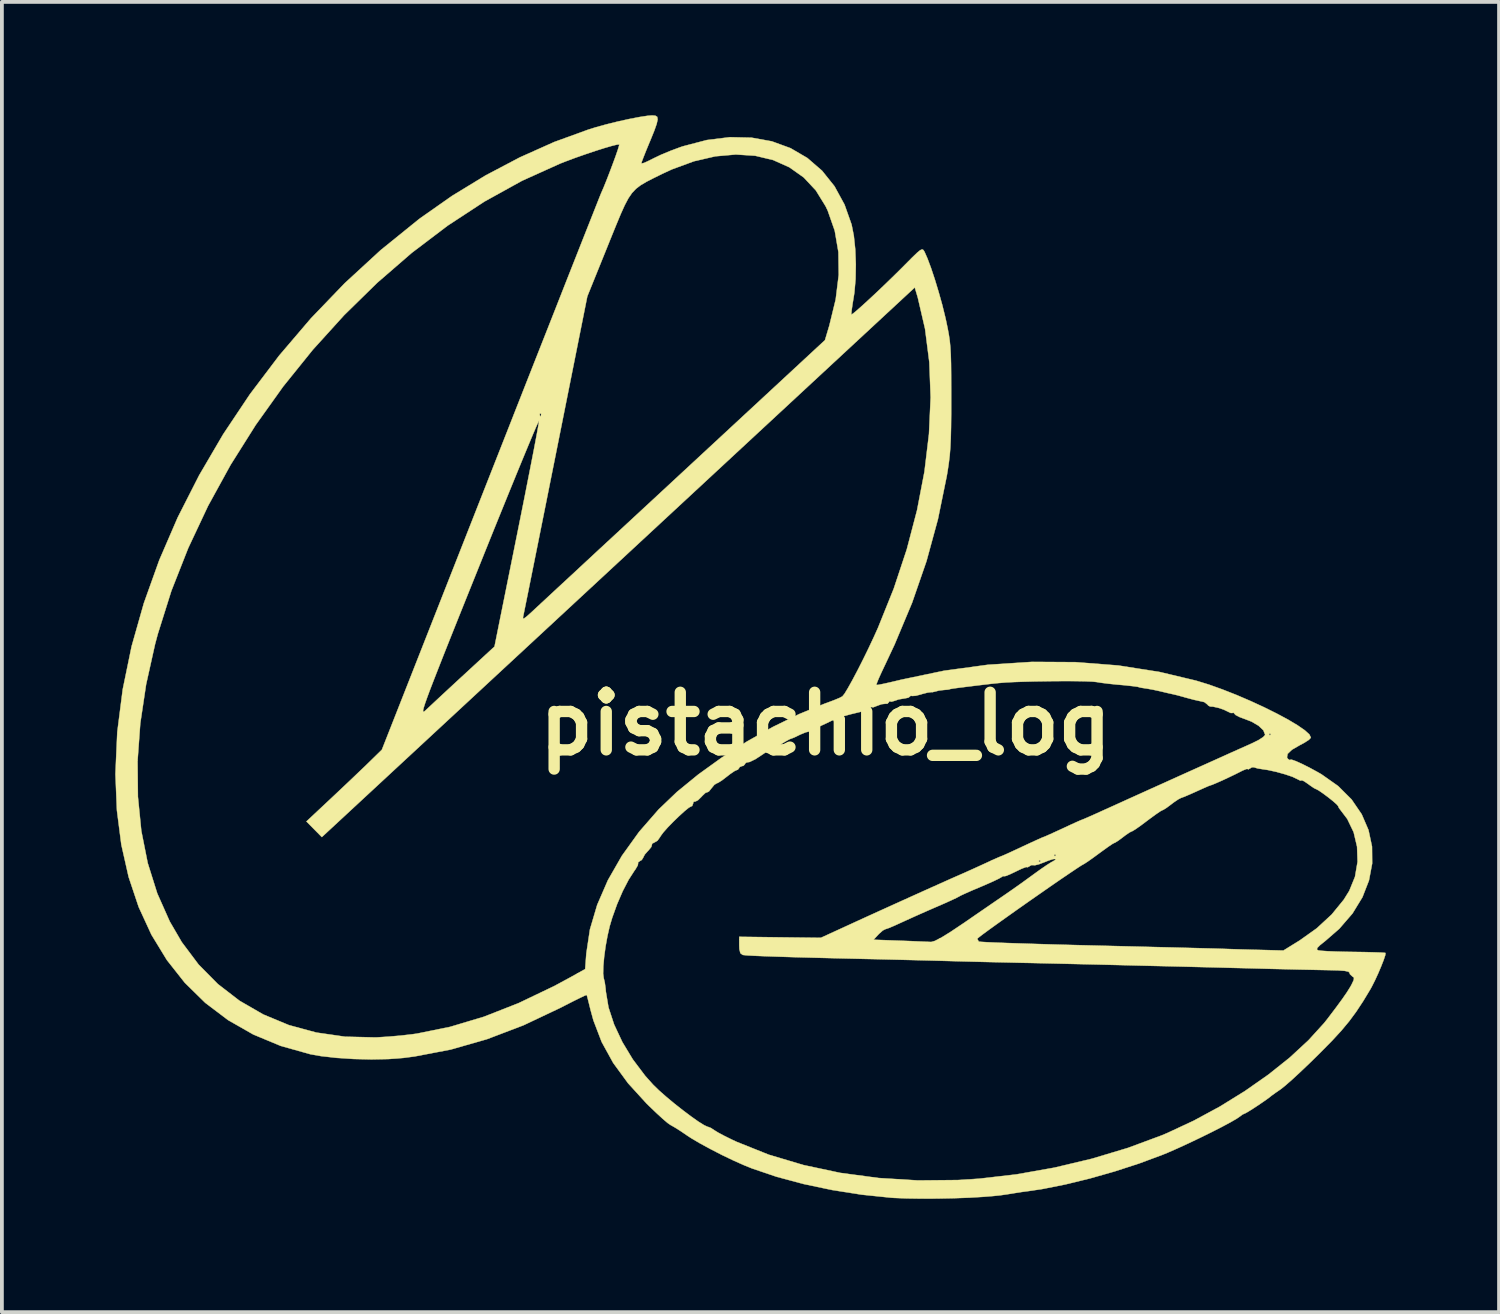
<source format=kicad_pcb>
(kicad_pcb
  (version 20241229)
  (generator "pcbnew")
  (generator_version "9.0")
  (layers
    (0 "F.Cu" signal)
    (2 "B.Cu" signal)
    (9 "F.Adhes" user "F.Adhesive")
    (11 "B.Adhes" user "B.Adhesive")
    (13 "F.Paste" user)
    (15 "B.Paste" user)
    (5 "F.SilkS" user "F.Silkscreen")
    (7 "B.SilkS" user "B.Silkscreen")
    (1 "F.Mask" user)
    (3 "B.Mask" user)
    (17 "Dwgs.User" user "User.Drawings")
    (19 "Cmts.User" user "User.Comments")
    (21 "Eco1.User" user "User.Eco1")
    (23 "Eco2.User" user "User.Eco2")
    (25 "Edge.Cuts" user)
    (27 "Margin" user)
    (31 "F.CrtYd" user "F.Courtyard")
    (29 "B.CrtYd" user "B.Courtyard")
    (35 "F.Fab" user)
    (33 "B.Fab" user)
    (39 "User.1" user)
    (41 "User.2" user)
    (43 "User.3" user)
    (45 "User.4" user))
  (footprint "pistachio_log"
    (layer "F.Cu")
    (at 18.801 16.107)
    (property "Reference" "pistachio_log" (at 0 0 0) (layer "F.SilkS") (effects (font (size 1.524 1.524) (thickness 0.3))))
    (attr through_hole)
    (fp_poly (pts (xy -4.506 -16.095) (xy -4.457 -16.065) (xy -4.445 -15.996) (xy -4.471 -15.878) (xy -4.535 -15.696) (xy -4.64 -15.437) (xy -4.667 -15.374) (xy -4.753 -15.165) (xy -4.822 -14.991) (xy -4.866 -14.873) (xy -4.877 -14.834) (xy -4.836 -14.836) (xy -4.729 -14.879) (xy -4.577 -14.954) (xy -4.556 -14.965) (xy -4.353 -15.062) (xy -4.1 -15.167) (xy -3.842 -15.263) (xy -3.776 -15.285) (xy -3.141 -15.451) (xy -2.534 -15.526) (xy -1.959 -15.513) (xy -1.422 -15.416) (xy -0.929 -15.236) (xy -0.484 -14.976) (xy -0.094 -14.639) (xy 0.236 -14.227) (xy 0.501 -13.742) (xy 0.688 -13.214) (xy 0.747 -12.917) (xy 0.785 -12.555) (xy 0.8 -12.161) (xy 0.793 -11.769) (xy 0.762 -11.413) (xy 0.745 -11.305) (xy 0.712 -11.103) (xy 0.689 -10.943) (xy 0.681 -10.848) (xy 0.683 -10.832) (xy 0.725 -10.857) (xy 0.829 -10.943) (xy 0.98 -11.077) (xy 1.169 -11.25) (xy 1.382 -11.449) (xy 1.608 -11.665) (xy 1.834 -11.885) (xy 2.049 -12.098) (xy 2.103 -12.153) (xy 2.29 -12.341) (xy 2.419 -12.465) (xy 2.502 -12.534) (xy 2.554 -12.557) (xy 2.588 -12.541) (xy 2.616 -12.496) (xy 2.619 -12.491) (xy 2.697 -12.314) (xy 2.791 -12.062) (xy 2.892 -11.759) (xy 2.992 -11.428) (xy 3.086 -11.093) (xy 3.164 -10.777) (xy 3.188 -10.671) (xy 3.229 -10.475) (xy 3.261 -10.304) (xy 3.285 -10.141) (xy 3.302 -9.969) (xy 3.313 -9.771) (xy 3.32 -9.53) (xy 3.323 -9.229) (xy 3.324 -8.852) (xy 3.324 -8.636) (xy 3.324 -8.199) (xy 3.32 -7.845) (xy 3.313 -7.557) (xy 3.302 -7.316) (xy 3.285 -7.104) (xy 3.261 -6.904) (xy 3.23 -6.695) (xy 3.207 -6.558) (xy 2.973 -5.414) (xy 2.67 -4.304) (xy 2.29 -3.206) (xy 1.827 -2.101) (xy 1.581 -1.577) (xy 1.482 -1.368) (xy 1.403 -1.194) (xy 1.355 -1.074) (xy 1.343 -1.028) (xy 1.396 -1.032) (xy 1.529 -1.058) (xy 1.722 -1.101) (xy 1.955 -1.156) (xy 1.989 -1.165) (xy 3.135 -1.405) (xy 4.297 -1.563) (xy 5.461 -1.639) (xy 6.615 -1.632) (xy 7.746 -1.544) (xy 8.841 -1.372) (xy 9.807 -1.142) (xy 10.145 -1.038) (xy 10.505 -0.909) (xy 10.876 -0.763) (xy 11.246 -0.604) (xy 11.604 -0.439) (xy 11.938 -0.273) (xy 12.237 -0.113) (xy 12.488 0.037) (xy 12.681 0.17) (xy 12.803 0.28) (xy 12.843 0.362) (xy 12.841 0.371) (xy 12.789 0.425) (xy 12.671 0.501) (xy 12.551 0.565) (xy 12.342 0.686) (xy 12.228 0.795) (xy 12.211 0.89) (xy 12.238 0.929) (xy 12.286 0.962) (xy 12.294 0.953) (xy 12.335 0.949) (xy 12.446 0.988) (xy 12.609 1.061) (xy 12.806 1.16) (xy 13.019 1.276) (xy 13.122 1.335) (xy 13.565 1.647) (xy 13.921 2.002) (xy 14.189 2.394) (xy 14.369 2.812) (xy 14.462 3.249) (xy 14.466 3.696) (xy 14.381 4.146) (xy 14.208 4.59) (xy 13.946 5.019) (xy 13.595 5.425) (xy 13.231 5.742) (xy 13.085 5.859) (xy 13.013 5.932) (xy 13.004 5.975) (xy 13.038 5.996) (xy 13.119 6.007) (xy 13.282 6.018) (xy 13.508 6.027) (xy 13.777 6.034) (xy 13.966 6.037) (xy 14.246 6.041) (xy 14.489 6.047) (xy 14.676 6.053) (xy 14.791 6.06) (xy 14.819 6.065) (xy 14.813 6.121) (xy 14.772 6.245) (xy 14.706 6.414) (xy 14.625 6.605) (xy 14.538 6.794) (xy 14.455 6.958) (xy 14.421 7.02) (xy 14.226 7.343) (xy 14.044 7.619) (xy 13.858 7.871) (xy 13.651 8.12) (xy 13.405 8.387) (xy 13.102 8.694) (xy 13.033 8.763) (xy 12.79 9.001) (xy 12.555 9.224) (xy 12.345 9.418) (xy 12.173 9.569) (xy 12.054 9.665) (xy 12.037 9.677) (xy 11.906 9.767) (xy 11.813 9.834) (xy 11.786 9.855) (xy 11.719 9.908) (xy 11.6 9.992) (xy 11.454 10.092) (xy 11.306 10.189) (xy 11.181 10.267) (xy 11.106 10.309) (xy 11.096 10.312) (xy 11.03 10.343) (xy 10.977 10.384) (xy 10.881 10.45) (xy 10.71 10.549) (xy 10.48 10.672) (xy 10.209 10.81) (xy 9.914 10.955) (xy 9.612 11.099) (xy 9.321 11.233) (xy 9.057 11.349) (xy 8.915 11.407) (xy 8.302 11.635) (xy 7.652 11.846) (xy 6.991 12.034) (xy 6.347 12.191) (xy 5.746 12.311) (xy 5.372 12.367) (xy 5.192 12.391) (xy 5.02 12.418) (xy 5.017 12.418) (xy 4.791 12.455) (xy 4.614 12.48) (xy 4.438 12.498) (xy 4.216 12.516) (xy 4.18 12.519) (xy 3.812 12.541) (xy 3.396 12.556) (xy 2.96 12.565) (xy 2.533 12.567) (xy 2.143 12.561) (xy 1.818 12.548) (xy 1.739 12.543) (xy 0.956 12.462) (xy 0.174 12.339) (xy -0.586 12.179) (xy -1.3 11.987) (xy -1.946 11.768) (xy -2.159 11.682) (xy -2.435 11.559) (xy -2.74 11.413) (xy -3.046 11.255) (xy -3.328 11.102) (xy -3.558 10.966) (xy -3.658 10.901) (xy -3.831 10.783) (xy -3.986 10.685) (xy -4.092 10.624) (xy -4.103 10.619) (xy -4.18 10.566) (xy -4.311 10.454) (xy -4.48 10.299) (xy -4.672 10.115) (xy -4.741 10.047) (xy -5.229 9.512) (xy -5.622 8.974) (xy -5.926 8.422) (xy -6.146 7.847) (xy -6.222 7.569) (xy -6.267 7.387) (xy -6.302 7.248) (xy -6.322 7.179) (xy -6.324 7.175) (xy -6.37 7.192) (xy -6.49 7.249) (xy -6.669 7.337) (xy -6.891 7.45) (xy -7.015 7.514) (xy -7.997 7.979) (xy -8.963 8.347) (xy -9.921 8.621) (xy -10.879 8.804) (xy -11.176 8.843) (xy -11.572 8.873) (xy -12.02 8.882) (xy -12.489 8.871) (xy -12.946 8.841) (xy -13.36 8.794) (xy -13.64 8.744) (xy -14.423 8.524) (xy -15.148 8.222) (xy -15.815 7.841) (xy -16.419 7.384) (xy -16.96 6.853) (xy -17.435 6.251) (xy -17.843 5.582) (xy -18.181 4.848) (xy -18.447 4.053) (xy -18.64 3.198) (xy -18.757 2.288) (xy -18.796 1.331) (xy -18.781 0.978) (xy -18.21 0.978) (xy -18.201 1.928) (xy -18.111 2.832) (xy -17.941 3.686) (xy -17.689 4.488) (xy -17.358 5.232) (xy -17.04 5.778) (xy -16.596 6.37) (xy -16.084 6.888) (xy -15.511 7.33) (xy -14.882 7.693) (xy -14.203 7.975) (xy -13.48 8.171) (xy -12.718 8.281) (xy -11.924 8.3) (xy -11.862 8.298) (xy -11.564 8.279) (xy -11.238 8.251) (xy -10.937 8.216) (xy -10.82 8.2) (xy -9.94 8.021) (xy -9.044 7.753) (xy -8.127 7.393) (xy -7.183 6.941) (xy -6.776 6.721) (xy -6.581 6.613) (xy -5.888 6.613) (xy -5.872 6.735) (xy -5.87 6.74) (xy -5.845 6.844) (xy -5.823 7.003) (xy -5.816 7.087) (xy -5.746 7.506) (xy -5.598 7.957) (xy -5.38 8.422) (xy -5.103 8.881) (xy -4.776 9.315) (xy -4.564 9.552) (xy -4.411 9.701) (xy -4.218 9.871) (xy -4.001 10.052) (xy -3.776 10.229) (xy -3.559 10.392) (xy -3.367 10.528) (xy -3.215 10.623) (xy -3.12 10.667) (xy -3.109 10.668) (xy -3.038 10.696) (xy -2.941 10.759) (xy -2.842 10.82) (xy -2.679 10.907) (xy -2.476 11.007) (xy -2.356 11.063) (xy -1.504 11.404) (xy -0.585 11.678) (xy 0.387 11.885) (xy 1.401 12.021) (xy 2.443 12.085) (xy 3.502 12.075) (xy 4.064 12.039) (xy 5.05 11.925) (xy 6.053 11.747) (xy 7.046 11.511) (xy 8.002 11.224) (xy 8.895 10.893) (xy 9.042 10.831) (xy 9.747 10.502) (xy 10.438 10.128) (xy 11.1 9.718) (xy 11.721 9.283) (xy 12.286 8.832) (xy 12.781 8.374) (xy 13.194 7.92) (xy 13.286 7.804) (xy 13.508 7.511) (xy 13.676 7.282) (xy 13.798 7.105) (xy 13.885 6.966) (xy 13.921 6.901) (xy 13.978 6.78) (xy 13.984 6.717) (xy 13.943 6.687) (xy 13.877 6.626) (xy 13.868 6.593) (xy 13.839 6.561) (xy 13.742 6.539) (xy 13.567 6.526) (xy 13.348 6.52) (xy 13.144 6.516) (xy 12.861 6.51) (xy 12.522 6.503) (xy 12.148 6.494) (xy 11.764 6.485) (xy 11.582 6.48) (xy 11.166 6.469) (xy 10.719 6.458) (xy 10.272 6.446) (xy 9.856 6.436) (xy 9.502 6.427) (xy 9.423 6.425) (xy 9.055 6.416) (xy 8.625 6.406) (xy 8.174 6.395) (xy 7.743 6.384) (xy 7.493 6.378) (xy 7.126 6.369) (xy 6.69 6.359) (xy 6.221 6.348) (xy 5.751 6.337) (xy 5.314 6.327) (xy 5.232 6.326) (xy 4.814 6.316) (xy 4.362 6.306) (xy 3.908 6.295) (xy 3.485 6.284) (xy 3.124 6.274) (xy 3.048 6.272) (xy 2.674 6.262) (xy 2.239 6.251) (xy 1.782 6.24) (xy 1.343 6.229) (xy 1.067 6.223) (xy 0.337 6.206) (xy -0.295 6.19) (xy -0.831 6.176) (xy -1.274 6.162) (xy -1.627 6.15) (xy -1.894 6.139) (xy -2.077 6.129) (xy -2.178 6.119) (xy -2.197 6.115) (xy -2.256 6.07) (xy -2.282 5.963) (xy -2.286 5.863) (xy -2.286 5.715) (xy 1.269 5.715) (xy 1.968 5.74) (xy 2.235 5.75) (xy 2.474 5.76) (xy 2.664 5.768) (xy 2.779 5.773) (xy 2.793 5.774) (xy 2.89 5.747) (xy 3.002 5.689) (xy 4.013 5.689) (xy 4.05 5.756) (xy 4.062 5.765) (xy 4.121 5.771) (xy 4.271 5.78) (xy 4.506 5.79) (xy 4.815 5.802) (xy 5.19 5.814) (xy 5.621 5.828) (xy 6.1 5.842) (xy 6.618 5.856) (xy 7.148 5.869) (xy 7.706 5.883) (xy 8.243 5.896) (xy 8.748 5.909) (xy 9.212 5.92) (xy 9.624 5.931) (xy 9.974 5.94) (xy 10.251 5.947) (xy 10.446 5.953) (xy 10.541 5.956) (xy 10.742 5.963) (xy 11.006 5.971) (xy 11.295 5.979) (xy 11.506 5.984) (xy 12.116 6) (xy 12.548 5.733) (xy 12.999 5.412) (xy 13.394 5.047) (xy 13.714 4.655) (xy 13.86 4.42) (xy 14.011 4.049) (xy 14.079 3.652) (xy 14.066 3.252) (xy 13.975 2.867) (xy 13.807 2.518) (xy 13.653 2.315) (xy 13.586 2.227) (xy 13.564 2.176) (xy 13.526 2.131) (xy 13.431 2.047) (xy 13.303 1.945) (xy 13.169 1.845) (xy 13.054 1.766) (xy 12.984 1.728) (xy 12.978 1.727) (xy 12.922 1.699) (xy 12.819 1.628) (xy 12.773 1.594) (xy 12.668 1.522) (xy 12.606 1.493) (xy 12.598 1.498) (xy 12.563 1.503) (xy 12.484 1.463) (xy 12.354 1.401) (xy 12.158 1.335) (xy 11.931 1.272) (xy 11.708 1.223) (xy 11.568 1.202) (xy 11.435 1.181) (xy 11.352 1.156) (xy 11.344 1.15) (xy 11.284 1.15) (xy 11.244 1.175) (xy 11.187 1.207) (xy 11.176 1.197) (xy 11.137 1.196) (xy 11.037 1.237) (xy 10.986 1.263) (xy 10.845 1.334) (xy 10.674 1.416) (xy 10.497 1.499) (xy 10.34 1.568) (xy 10.23 1.614) (xy 10.193 1.626) (xy 10.139 1.645) (xy 10.017 1.698) (xy 9.852 1.772) (xy 9.822 1.786) (xy 9.645 1.865) (xy 9.501 1.927) (xy 9.416 1.958) (xy 9.411 1.959) (xy 9.337 1.997) (xy 9.218 2.077) (xy 9.15 2.129) (xy 9.028 2.22) (xy 8.939 2.276) (xy 8.914 2.286) (xy 8.859 2.315) (xy 8.745 2.393) (xy 8.591 2.505) (xy 8.511 2.565) (xy 8.346 2.689) (xy 8.21 2.785) (xy 8.124 2.838) (xy 8.106 2.845) (xy 8.046 2.874) (xy 7.938 2.948) (xy 7.874 2.997) (xy 7.755 3.086) (xy 7.669 3.141) (xy 7.647 3.15) (xy 7.593 3.178) (xy 7.48 3.254) (xy 7.326 3.365) (xy 7.248 3.422) (xy 7.079 3.546) (xy 6.939 3.645) (xy 6.848 3.704) (xy 6.83 3.714) (xy 6.765 3.751) (xy 6.632 3.838) (xy 6.443 3.965) (xy 6.209 4.124) (xy 5.942 4.308) (xy 5.655 4.508) (xy 5.358 4.715) (xy 5.064 4.922) (xy 4.784 5.121) (xy 4.53 5.302) (xy 4.315 5.457) (xy 4.149 5.579) (xy 4.045 5.66) (xy 4.013 5.689) (xy 3.002 5.689) (xy 3.06 5.66) (xy 3.304 5.509) (xy 3.624 5.295) (xy 3.682 5.256) (xy 3.954 5.068) (xy 4.222 4.884) (xy 4.466 4.716) (xy 4.663 4.581) (xy 4.765 4.511) (xy 4.955 4.379) (xy 5.187 4.215) (xy 5.42 4.046) (xy 5.505 3.984) (xy 5.691 3.85) (xy 5.855 3.738) (xy 5.975 3.662) (xy 6.018 3.64) (xy 6.081 3.6) (xy 6.083 3.577) (xy 6.025 3.58) (xy 5.905 3.617) (xy 5.795 3.661) (xy 5.647 3.717) (xy 5.539 3.744) (xy 5.502 3.741) (xy 5.442 3.741) (xy 5.402 3.766) (xy 5.345 3.799) (xy 5.334 3.79) (xy 5.293 3.795) (xy 5.185 3.837) (xy 5.034 3.909) (xy 5.029 3.912) (xy 4.877 3.984) (xy 4.768 4.028) (xy 4.724 4.034) (xy 4.724 4.033) (xy 4.693 4.032) (xy 4.657 4.056) (xy 4.584 4.098) (xy 4.44 4.167) (xy 4.247 4.253) (xy 4.086 4.322) (xy 3.874 4.411) (xy 3.696 4.49) (xy 3.573 4.547) (xy 3.531 4.571) (xy 3.466 4.605) (xy 3.328 4.67) (xy 3.138 4.756) (xy 2.921 4.85) (xy 2.655 4.966) (xy 2.38 5.088) (xy 2.133 5.2) (xy 1.995 5.263) (xy 1.817 5.344) (xy 1.672 5.405) (xy 1.587 5.434) (xy 1.578 5.436) (xy 1.514 5.47) (xy 1.419 5.554) (xy 1.398 5.575) (xy 1.269 5.715) (xy -2.286 5.715) (xy -2.286 5.637) (xy -1.206 5.651) (xy -0.127 5.664) (xy 0.61 5.326) (xy 1.011 5.142) (xy 1.435 4.949) (xy 1.865 4.754) (xy 2.283 4.565) (xy 2.673 4.389) (xy 3.017 4.235) (xy 3.298 4.109) (xy 3.454 4.04) (xy 3.698 3.933) (xy 3.975 3.808) (xy 4.226 3.693) (xy 4.233 3.69) (xy 4.358 3.632) (xy 5.639 3.632) (xy 5.664 3.658) (xy 5.69 3.632) (xy 5.664 3.607) (xy 5.639 3.632) (xy 4.358 3.632) (xy 4.414 3.606) (xy 4.556 3.543) (xy 4.637 3.509) (xy 4.648 3.505) (xy 4.698 3.485) (xy 4.71 3.48) (xy 6.045 3.48) (xy 6.071 3.505) (xy 6.096 3.48) (xy 6.071 3.454) (xy 6.045 3.48) (xy 4.71 3.48) (xy 4.822 3.43) (xy 4.999 3.348) (xy 5.207 3.251) (xy 5.42 3.152) (xy 5.597 3.071) (xy 5.719 3.016) (xy 5.768 2.997) (xy 5.819 2.977) (xy 5.942 2.922) (xy 6.118 2.842) (xy 6.277 2.769) (xy 6.478 2.675) (xy 6.643 2.6) (xy 6.752 2.552) (xy 6.784 2.54) (xy 6.834 2.52) (xy 6.959 2.466) (xy 7.142 2.385) (xy 7.364 2.284) (xy 7.427 2.256) (xy 7.732 2.118) (xy 8.02 1.987) (xy 8.308 1.857) (xy 8.617 1.717) (xy 8.964 1.561) (xy 9.368 1.378) (xy 9.779 1.193) (xy 10.064 1.065) (xy 10.326 0.947) (xy 10.548 0.847) (xy 10.711 0.773) (xy 10.795 0.736) (xy 10.919 0.68) (xy 11.097 0.601) (xy 11.29 0.514) (xy 11.458 0.431) (xy 11.58 0.352) (xy 11.633 0.295) (xy 11.633 0.29) (xy 11.629 0.279) (xy 11.735 0.279) (xy 11.76 0.305) (xy 11.786 0.279) (xy 11.76 0.254) (xy 11.735 0.279) (xy 11.629 0.279) (xy 11.587 0.172) (xy 11.46 0.051) (xy 11.274 -0.058) (xy 11.112 -0.121) (xy 10.958 -0.178) (xy 10.852 -0.233) (xy 10.82 -0.267) (xy 10.798 -0.296) (xy 10.786 -0.288) (xy 10.724 -0.286) (xy 10.646 -0.323) (xy 10.534 -0.377) (xy 10.387 -0.425) (xy 10.251 -0.455) (xy 10.179 -0.457) (xy 10.126 -0.485) (xy 10.11 -0.507) (xy 10.03 -0.571) (xy 10.003 -0.58) (xy 9.75 -0.636) (xy 9.506 -0.701) (xy 9.474 -0.711) (xy 9.318 -0.754) (xy 9.195 -0.783) (xy 9.064 -0.812) (xy 8.895 -0.852) (xy 8.85 -0.863) (xy 8.67 -0.902) (xy 8.5 -0.933) (xy 8.469 -0.937) (xy 8.358 -0.954) (xy 8.306 -0.965) (xy 8.306 -0.966) (xy 8.257 -0.98) (xy 8.121 -0.998) (xy 7.911 -1.021) (xy 7.703 -1.039) (xy 7.492 -1.061) (xy 7.294 -1.086) (xy 7.169 -1.106) (xy 7.063 -1.117) (xy 6.873 -1.125) (xy 6.62 -1.13) (xy 6.321 -1.131) (xy 5.996 -1.129) (xy 5.944 -1.128) (xy 5.546 -1.122) (xy 5.23 -1.114) (xy 4.975 -1.105) (xy 4.761 -1.094) (xy 4.569 -1.078) (xy 4.377 -1.058) (xy 4.267 -1.045) (xy 4.105 -1.026) (xy 3.908 -1.002) (xy 3.835 -0.993) (xy 3.561 -0.959) (xy 3.381 -0.935) (xy 3.291 -0.919) (xy 3.277 -0.912) (xy 3.232 -0.904) (xy 3.126 -0.895) (xy 3.124 -0.895) (xy 2.998 -0.88) (xy 2.921 -0.859) (xy 2.827 -0.837) (xy 2.794 -0.838) (xy 2.699 -0.826) (xy 2.559 -0.79) (xy 2.522 -0.778) (xy 2.388 -0.743) (xy 2.295 -0.736) (xy 2.281 -0.74) (xy 2.238 -0.737) (xy 2.235 -0.725) (xy 2.191 -0.692) (xy 2.083 -0.67) (xy 2.077 -0.67) (xy 1.933 -0.646) (xy 1.83 -0.61) (xy 1.743 -0.585) (xy 1.708 -0.594) (xy 1.678 -0.589) (xy 1.676 -0.572) (xy 1.636 -0.532) (xy 1.587 -0.531) (xy 1.48 -0.519) (xy 1.359 -0.475) (xy 1.262 -0.437) (xy 1.219 -0.441) (xy 1.218 -0.443) (xy 1.197 -0.447) (xy 1.18 -0.425) (xy 1.112 -0.38) (xy 0.981 -0.332) (xy 0.914 -0.314) (xy 0.654 -0.251) (xy 0.461 -0.198) (xy 0.305 -0.144) (xy 0.153 -0.079) (xy 0.017 -0.013) (xy -0.143 0.061) (xy -0.266 0.107) (xy -0.326 0.115) (xy -0.326 0.114) (xy -0.353 0.124) (xy -0.356 0.144) (xy -0.397 0.196) (xy -0.434 0.203) (xy -0.527 0.225) (xy -0.661 0.28) (xy -0.701 0.299) (xy -0.823 0.358) (xy -0.903 0.39) (xy -0.914 0.392) (xy -0.968 0.415) (xy -1.078 0.477) (xy -1.155 0.525) (xy -1.287 0.603) (xy -1.386 0.652) (xy -1.414 0.66) (xy -1.478 0.688) (xy -1.591 0.758) (xy -1.656 0.803) (xy -1.855 0.934) (xy -2.009 1.009) (xy -2.095 1.024) (xy -2.132 1.054) (xy -2.134 1.067) (xy -2.175 1.112) (xy -2.21 1.118) (xy -2.277 1.145) (xy -2.286 1.168) (xy -2.325 1.217) (xy -2.341 1.219) (xy -2.408 1.249) (xy -2.523 1.327) (xy -2.613 1.397) (xy -2.742 1.496) (xy -2.844 1.56) (xy -2.882 1.575) (xy -2.944 1.613) (xy -3.021 1.706) (xy -3.021 1.706) (xy -3.088 1.79) (xy -3.133 1.812) (xy -3.134 1.811) (xy -3.18 1.828) (xy -3.261 1.904) (xy -3.287 1.933) (xy -3.378 2.022) (xy -3.448 2.057) (xy -3.459 2.055) (xy -3.499 2.069) (xy -3.505 2.105) (xy -3.531 2.175) (xy -3.555 2.184) (xy -3.62 2.219) (xy -3.733 2.311) (xy -3.876 2.441) (xy -4.03 2.59) (xy -4.176 2.74) (xy -4.294 2.873) (xy -4.365 2.969) (xy -4.375 2.988) (xy -4.448 3.091) (xy -4.521 3.135) (xy -4.592 3.172) (xy -4.597 3.201) (xy -4.613 3.259) (xy -4.685 3.348) (xy -4.698 3.36) (xy -4.784 3.457) (xy -4.825 3.533) (xy -4.825 3.538) (xy -4.867 3.604) (xy -4.909 3.628) (xy -4.965 3.669) (xy -4.962 3.69) (xy -4.971 3.745) (xy -5.03 3.847) (xy -5.063 3.893) (xy -5.213 4.126) (xy -5.37 4.429) (xy -5.519 4.774) (xy -5.647 5.13) (xy -5.715 5.359) (xy -5.774 5.617) (xy -5.824 5.894) (xy -5.861 6.168) (xy -5.883 6.416) (xy -5.888 6.613) (xy -6.581 6.613) (xy -6.364 6.492) (xy -6.333 6.078) (xy -6.237 5.44) (xy -6.045 4.791) (xy -5.762 4.139) (xy -5.391 3.492) (xy -4.937 2.86) (xy -4.42 2.267) (xy -3.936 1.804) (xy -3.371 1.342) (xy -2.745 0.891) (xy -2.078 0.466) (xy -1.389 0.079) (xy -0.699 -0.258) (xy -0.027 -0.533) (xy 0.051 -0.561) (xy 0.227 -0.627) (xy 0.369 -0.686) (xy 0.444 -0.726) (xy 0.501 -0.797) (xy 0.591 -0.945) (xy 0.708 -1.155) (xy 0.843 -1.41) (xy 0.988 -1.696) (xy 1.135 -1.996) (xy 1.276 -2.296) (xy 1.386 -2.54) (xy 1.804 -3.579) (xy 2.149 -4.619) (xy 2.42 -5.653) (xy 2.616 -6.673) (xy 2.736 -7.671) (xy 2.78 -8.639) (xy 2.745 -9.569) (xy 2.632 -10.453) (xy 2.439 -11.284) (xy 2.427 -11.324) (xy 2.36 -11.549) (xy -5.486 -4.275) (xy -13.333 2.998) (xy -13.537 2.791) (xy -13.741 2.584) (xy -13.081 1.966) (xy -12.836 1.735) (xy -12.588 1.501) (xy -12.359 1.282) (xy -12.169 1.101) (xy -12.082 1.016) (xy -11.744 0.686) (xy -11.345 -0.327) (xy -10.653 -0.327) (xy -10.642 -0.317) (xy -10.619 -0.329) (xy -10.588 -0.355) (xy -10.58 -0.363) (xy -10.485 -0.452) (xy -10.33 -0.597) (xy -10.129 -0.784) (xy -9.896 -1) (xy -9.646 -1.231) (xy -9.576 -1.295) (xy -8.763 -2.045) (xy -8.613 -2.791) (xy -8.01 -2.791) (xy -7.982 -2.788) (xy -7.908 -2.843) (xy -7.775 -2.963) (xy -7.763 -2.974) (xy -7.688 -3.044) (xy -7.544 -3.178) (xy -7.337 -3.37) (xy -7.071 -3.617) (xy -6.752 -3.912) (xy -6.387 -4.251) (xy -5.98 -4.629) (xy -5.536 -5.04) (xy -5.062 -5.479) (xy -4.562 -5.942) (xy -4.043 -6.423) (xy -3.755 -6.69) (xy -0.017 -10.154) (xy 0.098 -10.539) (xy 0.267 -11.232) (xy 0.347 -11.88) (xy 0.339 -12.485) (xy 0.242 -13.051) (xy 0.056 -13.582) (xy 0.001 -13.697) (xy -0.258 -14.117) (xy -0.58 -14.461) (xy -0.96 -14.73) (xy -1.39 -14.922) (xy -1.864 -15.035) (xy -2.376 -15.068) (xy -2.918 -15.02) (xy -3.484 -14.889) (xy -4.067 -14.675) (xy -4.326 -14.555) (xy -4.557 -14.441) (xy -4.744 -14.345) (xy -4.894 -14.256) (xy -5.018 -14.161) (xy -5.124 -14.049) (xy -5.221 -13.907) (xy -5.318 -13.723) (xy -5.425 -13.485) (xy -5.551 -13.182) (xy -5.706 -12.8) (xy -5.757 -12.673) (xy -6.307 -11.313) (xy -7.14 -7.142) (xy -7.268 -6.504) (xy -7.39 -5.892) (xy -7.506 -5.315) (xy -7.613 -4.78) (xy -7.711 -4.294) (xy -7.797 -3.866) (xy -7.87 -3.502) (xy -7.929 -3.211) (xy -7.972 -2.999) (xy -7.997 -2.876) (xy -8.004 -2.847) (xy -8.01 -2.791) (xy -8.613 -2.791) (xy -8.168 -4.998) (xy -8.061 -5.532) (xy -7.96 -6.038) (xy -7.868 -6.506) (xy -7.785 -6.928) (xy -7.714 -7.294) (xy -7.657 -7.595) (xy -7.615 -7.823) (xy -7.59 -7.969) (xy -7.584 -8.022) (xy -7.604 -7.987) (xy -7.659 -7.865) (xy -7.746 -7.661) (xy -7.862 -7.384) (xy -8.005 -7.039) (xy -8.172 -6.633) (xy -8.36 -6.173) (xy -8.566 -5.666) (xy -8.788 -5.119) (xy -9.022 -4.538) (xy -9.183 -4.137) (xy -9.465 -3.436) (xy -9.711 -2.823) (xy -9.923 -2.293) (xy -10.103 -1.84) (xy -10.253 -1.459) (xy -10.376 -1.144) (xy -10.474 -0.89) (xy -10.548 -0.69) (xy -10.601 -0.54) (xy -10.635 -0.433) (xy -10.652 -0.364) (xy -10.653 -0.327) (xy -11.345 -0.327) (xy -8.865 -6.629) (xy -8.54 -7.455) (xy -8.255 -8.179) (xy -7.569 -8.179) (xy -7.551 -8.137) (xy -7.535 -8.145) (xy -7.529 -8.205) (xy -7.535 -8.213) (xy -7.566 -8.206) (xy -7.569 -8.179) (xy -8.255 -8.179) (xy -8.225 -8.256) (xy -7.922 -9.026) (xy -7.632 -9.762) (xy -7.358 -10.456) (xy -7.102 -11.106) (xy -6.867 -11.704) (xy -6.653 -12.246) (xy -6.463 -12.727) (xy -6.299 -13.142) (xy -6.163 -13.485) (xy -6.058 -13.751) (xy -5.985 -13.935) (xy -5.946 -14.032) (xy -5.94 -14.046) (xy -5.876 -14.193) (xy -5.798 -14.386) (xy -5.714 -14.603) (xy -5.631 -14.824) (xy -5.556 -15.028) (xy -5.499 -15.194) (xy -5.466 -15.303) (xy -5.461 -15.333) (xy -5.519 -15.33) (xy -5.654 -15.297) (xy -5.85 -15.24) (xy -6.087 -15.165) (xy -6.349 -15.077) (xy -6.618 -14.983) (xy -6.875 -14.887) (xy -7.024 -14.829) (xy -8.034 -14.373) (xy -9.029 -13.823) (xy -10.003 -13.185) (xy -10.95 -12.467) (xy -11.864 -11.676) (xy -12.741 -10.817) (xy -13.573 -9.899) (xy -14.356 -8.928) (xy -15.082 -7.911) (xy -15.747 -6.855) (xy -16.345 -5.766) (xy -16.869 -4.652) (xy -17.315 -3.52) (xy -17.675 -2.376) (xy -17.747 -2.107) (xy -17.984 -1.043) (xy -18.138 -0.013) (xy -18.21 0.978) (xy -18.781 0.978) (xy -18.747 0.218) (xy -18.603 -0.911) (xy -18.368 -2.05) (xy -18.044 -3.192) (xy -17.636 -4.332) (xy -17.148 -5.461) (xy -16.582 -6.574) (xy -15.944 -7.664) (xy -15.235 -8.725) (xy -14.461 -9.748) (xy -13.624 -10.729) (xy -12.729 -11.66) (xy -11.778 -12.535) (xy -10.776 -13.346) (xy -10.73 -13.381) (xy -9.888 -13.972) (xy -9.003 -14.512) (xy -8.094 -14.991) (xy -7.182 -15.399) (xy -6.285 -15.725) (xy -6.097 -15.784) (xy -5.812 -15.863) (xy -5.506 -15.939) (xy -5.204 -16.006) (xy -4.93 -16.059) (xy -4.709 -16.093) (xy -4.589 -16.102) (xy -4.506 -16.095)) (stroke (width 0.01) (type solid)) (fill yes) (layer "F.SilkS")))
  (gr_rect
    (start -3 -3)
    (end 36.625 31.679)
    (stroke (width 0.1) (type default))
    (fill no)
    (layer "Edge.Cuts")))
</source>
